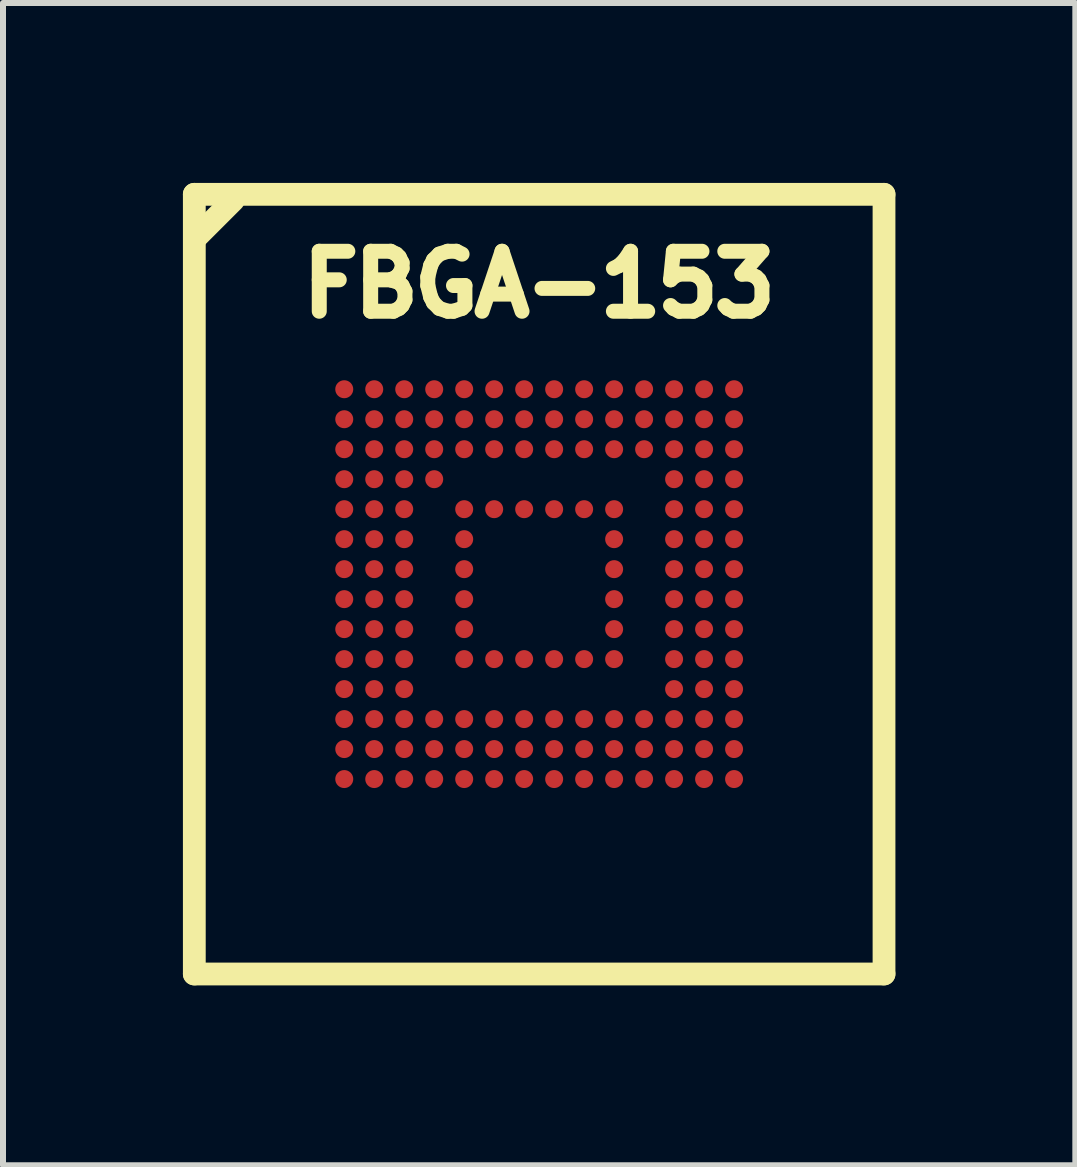
<source format=kicad_pcb>
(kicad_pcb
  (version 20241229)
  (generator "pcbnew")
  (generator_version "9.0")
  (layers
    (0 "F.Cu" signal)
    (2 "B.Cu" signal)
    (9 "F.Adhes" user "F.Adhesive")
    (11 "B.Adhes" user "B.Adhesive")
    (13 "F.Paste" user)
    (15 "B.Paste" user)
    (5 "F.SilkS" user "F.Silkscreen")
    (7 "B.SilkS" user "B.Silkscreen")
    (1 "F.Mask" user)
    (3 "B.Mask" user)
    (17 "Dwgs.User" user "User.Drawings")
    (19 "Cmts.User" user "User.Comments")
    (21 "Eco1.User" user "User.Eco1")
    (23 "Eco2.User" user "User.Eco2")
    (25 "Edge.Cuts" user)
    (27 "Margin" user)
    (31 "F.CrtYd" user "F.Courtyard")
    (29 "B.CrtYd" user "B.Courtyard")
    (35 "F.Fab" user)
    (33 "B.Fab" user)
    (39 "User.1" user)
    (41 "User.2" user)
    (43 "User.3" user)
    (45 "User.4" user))
  (footprint "FBGA-153"
    (layer "F.Cu")
    (at 5.94 6.69)
    (property "Reference" "FBGA-153" (at 0 -5 0) (layer "F.SilkS") (effects (font (size 1 1) (thickness 0.25))))
    (attr smd)
    (fp_line (start -5.75 6.5) (end -5.75 -6.5) (stroke (width 0.38) (type solid)) (layer "F.SilkS"))
    (fp_line (start -5.7 -5.8) (end -5.1 -6.4) (stroke (width 0.38) (type solid)) (layer "F.SilkS"))
    (fp_line (start 5.75 -6.5) (end -5.75 -6.5) (stroke (width 0.38) (type solid)) (layer "F.SilkS"))
    (fp_line (start 5.75 6.5) (end -5.75 6.5) (stroke (width 0.38) (type solid)) (layer "F.SilkS"))
    (fp_line (start 5.75 6.5) (end 5.75 -6.5) (stroke (width 0.38) (type solid)) (layer "F.SilkS"))
    (pad "A1" smd circle (at -3.25 -3.25) (size 0.3 0.3) (layers "F.Cu" "F.Mask" "F.Paste"))
    (pad "A2" smd circle (at -2.75 -3.25) (size 0.3 0.3) (layers "F.Cu" "F.Mask" "F.Paste"))
    (pad "A3" smd circle (at -2.25 -3.25) (size 0.3 0.3) (layers "F.Cu" "F.Mask" "F.Paste"))
    (pad "A4" smd circle (at -1.75 -3.25) (size 0.3 0.3) (layers "F.Cu" "F.Mask" "F.Paste"))
    (pad "A5" smd circle (at -1.25 -3.25) (size 0.3 0.3) (layers "F.Cu" "F.Mask" "F.Paste"))
    (pad "A6" smd circle (at -0.75 -3.25) (size 0.3 0.3) (layers "F.Cu" "F.Mask" "F.Paste"))
    (pad "A7" smd circle (at -0.25 -3.25) (size 0.3 0.3) (layers "F.Cu" "F.Mask" "F.Paste"))
    (pad "A8" smd circle (at 0.25 -3.25) (size 0.3 0.3) (layers "F.Cu" "F.Mask" "F.Paste"))
    (pad "A9" smd circle (at 0.75 -3.25) (size 0.3 0.3) (layers "F.Cu" "F.Mask" "F.Paste"))
    (pad "A10" smd circle (at 1.25 -3.25) (size 0.3 0.3) (layers "F.Cu" "F.Mask" "F.Paste"))
    (pad "A11" smd circle (at 1.75 -3.25) (size 0.3 0.3) (layers "F.Cu" "F.Mask" "F.Paste"))
    (pad "A12" smd circle (at 2.25 -3.25) (size 0.3 0.3) (layers "F.Cu" "F.Mask" "F.Paste"))
    (pad "A13" smd circle (at 2.75 -3.25) (size 0.3 0.3) (layers "F.Cu" "F.Mask" "F.Paste"))
    (pad "A14" smd circle (at 3.25 -3.25) (size 0.3 0.3) (layers "F.Cu" "F.Mask" "F.Paste"))
    (pad "B1" smd circle (at -3.25 -2.75) (size 0.3 0.3) (layers "F.Cu" "F.Mask" "F.Paste"))
    (pad "B2" smd circle (at -2.75 -2.75) (size 0.3 0.3) (layers "F.Cu" "F.Mask" "F.Paste"))
    (pad "B3" smd circle (at -2.25 -2.75) (size 0.3 0.3) (layers "F.Cu" "F.Mask" "F.Paste"))
    (pad "B4" smd circle (at -1.75 -2.75) (size 0.3 0.3) (layers "F.Cu" "F.Mask" "F.Paste"))
    (pad "B5" smd circle (at -1.25 -2.75) (size 0.3 0.3) (layers "F.Cu" "F.Mask" "F.Paste"))
    (pad "B6" smd circle (at -0.75 -2.75) (size 0.3 0.3) (layers "F.Cu" "F.Mask" "F.Paste"))
    (pad "B7" smd circle (at -0.25 -2.75) (size 0.3 0.3) (layers "F.Cu" "F.Mask" "F.Paste"))
    (pad "B8" smd circle (at 0.25 -2.75) (size 0.3 0.3) (layers "F.Cu" "F.Mask" "F.Paste"))
    (pad "B9" smd circle (at 0.75 -2.75) (size 0.3 0.3) (layers "F.Cu" "F.Mask" "F.Paste"))
    (pad "B10" smd circle (at 1.25 -2.75) (size 0.3 0.3) (layers "F.Cu" "F.Mask" "F.Paste"))
    (pad "B11" smd circle (at 1.75 -2.75) (size 0.3 0.3) (layers "F.Cu" "F.Mask" "F.Paste"))
    (pad "B12" smd circle (at 2.25 -2.75) (size 0.3 0.3) (layers "F.Cu" "F.Mask" "F.Paste"))
    (pad "B13" smd circle (at 2.75 -2.75) (size 0.3 0.3) (layers "F.Cu" "F.Mask" "F.Paste"))
    (pad "B14" smd circle (at 3.25 -2.75) (size 0.3 0.3) (layers "F.Cu" "F.Mask" "F.Paste"))
    (pad "C1" smd circle (at -3.25 -2.25) (size 0.3 0.3) (layers "F.Cu" "F.Mask" "F.Paste"))
    (pad "C2" smd circle (at -2.75 -2.25) (size 0.3 0.3) (layers "F.Cu" "F.Mask" "F.Paste"))
    (pad "C3" smd circle (at -2.25 -2.25) (size 0.3 0.3) (layers "F.Cu" "F.Mask" "F.Paste"))
    (pad "C4" smd circle (at -1.75 -2.25) (size 0.3 0.3) (layers "F.Cu" "F.Mask" "F.Paste"))
    (pad "C5" smd circle (at -1.25 -2.25) (size 0.3 0.3) (layers "F.Cu" "F.Mask" "F.Paste"))
    (pad "C6" smd circle (at -0.75 -2.25) (size 0.3 0.3) (layers "F.Cu" "F.Mask" "F.Paste"))
    (pad "C7" smd circle (at -0.25 -2.25) (size 0.3 0.3) (layers "F.Cu" "F.Mask" "F.Paste"))
    (pad "C8" smd circle (at 0.25 -2.25) (size 0.3 0.3) (layers "F.Cu" "F.Mask" "F.Paste"))
    (pad "C9" smd circle (at 0.75 -2.25) (size 0.3 0.3) (layers "F.Cu" "F.Mask" "F.Paste"))
    (pad "C10" smd circle (at 1.25 -2.25) (size 0.3 0.3) (layers "F.Cu" "F.Mask" "F.Paste"))
    (pad "C11" smd circle (at 1.75 -2.25) (size 0.3 0.3) (layers "F.Cu" "F.Mask" "F.Paste"))
    (pad "C12" smd circle (at 2.25 -2.25) (size 0.3 0.3) (layers "F.Cu" "F.Mask" "F.Paste"))
    (pad "C13" smd circle (at 2.75 -2.25) (size 0.3 0.3) (layers "F.Cu" "F.Mask" "F.Paste"))
    (pad "C14" smd circle (at 3.25 -2.25) (size 0.3 0.3) (layers "F.Cu" "F.Mask" "F.Paste"))
    (pad "D1" smd circle (at -3.25 -1.75) (size 0.3 0.3) (layers "F.Cu" "F.Mask" "F.Paste"))
    (pad "D2" smd circle (at -2.75 -1.75) (size 0.3 0.3) (layers "F.Cu" "F.Mask" "F.Paste"))
    (pad "D3" smd circle (at -2.25 -1.75) (size 0.3 0.3) (layers "F.Cu" "F.Mask" "F.Paste"))
    (pad "D4" smd circle (at -1.75 -1.75) (size 0.3 0.3) (layers "F.Cu" "F.Mask" "F.Paste"))
    (pad "D12" smd circle (at 2.25 -1.75) (size 0.3 0.3) (layers "F.Cu" "F.Mask" "F.Paste"))
    (pad "D13" smd circle (at 2.75 -1.75) (size 0.3 0.3) (layers "F.Cu" "F.Mask" "F.Paste"))
    (pad "D14" smd circle (at 3.25 -1.75) (size 0.3 0.3) (layers "F.Cu" "F.Mask" "F.Paste"))
    (pad "E1" smd circle (at -3.25 -1.25) (size 0.3 0.3) (layers "F.Cu" "F.Mask" "F.Paste"))
    (pad "E2" smd circle (at -2.75 -1.25) (size 0.3 0.3) (layers "F.Cu" "F.Mask" "F.Paste"))
    (pad "E3" smd circle (at -2.25 -1.25) (size 0.3 0.3) (layers "F.Cu" "F.Mask" "F.Paste"))
    (pad "E5" smd circle (at -1.25 -1.25) (size 0.3 0.3) (layers "F.Cu" "F.Mask" "F.Paste"))
    (pad "E6" smd circle (at -0.75 -1.25) (size 0.3 0.3) (layers "F.Cu" "F.Mask" "F.Paste"))
    (pad "E7" smd circle (at -0.25 -1.25) (size 0.3 0.3) (layers "F.Cu" "F.Mask" "F.Paste"))
    (pad "E8" smd circle (at 0.25 -1.25) (size 0.3 0.3) (layers "F.Cu" "F.Mask" "F.Paste"))
    (pad "E9" smd circle (at 0.75 -1.25) (size 0.3 0.3) (layers "F.Cu" "F.Mask" "F.Paste"))
    (pad "E10" smd circle (at 1.25 -1.25) (size 0.3 0.3) (layers "F.Cu" "F.Mask" "F.Paste"))
    (pad "E12" smd circle (at 2.25 -1.25) (size 0.3 0.3) (layers "F.Cu" "F.Mask" "F.Paste"))
    (pad "E13" smd circle (at 2.75 -1.25) (size 0.3 0.3) (layers "F.Cu" "F.Mask" "F.Paste"))
    (pad "E14" smd circle (at 3.25 -1.25) (size 0.3 0.3) (layers "F.Cu" "F.Mask" "F.Paste"))
    (pad "F1" smd circle (at -3.25 -0.75) (size 0.3 0.3) (layers "F.Cu" "F.Mask" "F.Paste"))
    (pad "F2" smd circle (at -2.75 -0.75) (size 0.3 0.3) (layers "F.Cu" "F.Mask" "F.Paste"))
    (pad "F3" smd circle (at -2.25 -0.75) (size 0.3 0.3) (layers "F.Cu" "F.Mask" "F.Paste"))
    (pad "F5" smd circle (at -1.25 -0.75) (size 0.3 0.3) (layers "F.Cu" "F.Mask" "F.Paste"))
    (pad "F10" smd circle (at 1.25 -0.75) (size 0.3 0.3) (layers "F.Cu" "F.Mask" "F.Paste"))
    (pad "F12" smd circle (at 2.25 -0.75) (size 0.3 0.3) (layers "F.Cu" "F.Mask" "F.Paste"))
    (pad "F13" smd circle (at 2.75 -0.75) (size 0.3 0.3) (layers "F.Cu" "F.Mask" "F.Paste"))
    (pad "F14" smd circle (at 3.25 -0.75) (size 0.3 0.3) (layers "F.Cu" "F.Mask" "F.Paste"))
    (pad "G1" smd circle (at -3.25 -0.25) (size 0.3 0.3) (layers "F.Cu" "F.Mask" "F.Paste"))
    (pad "G2" smd circle (at -2.75 -0.25) (size 0.3 0.3) (layers "F.Cu" "F.Mask" "F.Paste"))
    (pad "G3" smd circle (at -2.25 -0.25) (size 0.3 0.3) (layers "F.Cu" "F.Mask" "F.Paste"))
    (pad "G5" smd circle (at -1.25 -0.25) (size 0.3 0.3) (layers "F.Cu" "F.Mask" "F.Paste"))
    (pad "G10" smd circle (at 1.25 -0.25) (size 0.3 0.3) (layers "F.Cu" "F.Mask" "F.Paste"))
    (pad "G12" smd circle (at 2.25 -0.25) (size 0.3 0.3) (layers "F.Cu" "F.Mask" "F.Paste"))
    (pad "G13" smd circle (at 2.75 -0.25) (size 0.3 0.3) (layers "F.Cu" "F.Mask" "F.Paste"))
    (pad "G14" smd circle (at 3.25 -0.25) (size 0.3 0.3) (layers "F.Cu" "F.Mask" "F.Paste"))
    (pad "H1" smd circle (at -3.25 0.25) (size 0.3 0.3) (layers "F.Cu" "F.Mask" "F.Paste"))
    (pad "H2" smd circle (at -2.75 0.25) (size 0.3 0.3) (layers "F.Cu" "F.Mask" "F.Paste"))
    (pad "H3" smd circle (at -2.25 0.25) (size 0.3 0.3) (layers "F.Cu" "F.Mask" "F.Paste"))
    (pad "H5" smd circle (at -1.25 0.25) (size 0.3 0.3) (layers "F.Cu" "F.Mask" "F.Paste"))
    (pad "H10" smd circle (at 1.25 0.25) (size 0.3 0.3) (layers "F.Cu" "F.Mask" "F.Paste"))
    (pad "H12" smd circle (at 2.25 0.25) (size 0.3 0.3) (layers "F.Cu" "F.Mask" "F.Paste"))
    (pad "H13" smd circle (at 2.75 0.25) (size 0.3 0.3) (layers "F.Cu" "F.Mask" "F.Paste"))
    (pad "H14" smd circle (at 3.25 0.25) (size 0.3 0.3) (layers "F.Cu" "F.Mask" "F.Paste"))
    (pad "J1" smd circle (at -3.25 0.75) (size 0.3 0.3) (layers "F.Cu" "F.Mask" "F.Paste"))
    (pad "J2" smd circle (at -2.75 0.75) (size 0.3 0.3) (layers "F.Cu" "F.Mask" "F.Paste"))
    (pad "J3" smd circle (at -2.25 0.75) (size 0.3 0.3) (layers "F.Cu" "F.Mask" "F.Paste"))
    (pad "J5" smd circle (at -1.25 0.75) (size 0.3 0.3) (layers "F.Cu" "F.Mask" "F.Paste"))
    (pad "J10" smd circle (at 1.25 0.75) (size 0.3 0.3) (layers "F.Cu" "F.Mask" "F.Paste"))
    (pad "J12" smd circle (at 2.25 0.75) (size 0.3 0.3) (layers "F.Cu" "F.Mask" "F.Paste"))
    (pad "J13" smd circle (at 2.75 0.75) (size 0.3 0.3) (layers "F.Cu" "F.Mask" "F.Paste"))
    (pad "J14" smd circle (at 3.25 0.75) (size 0.3 0.3) (layers "F.Cu" "F.Mask" "F.Paste"))
    (pad "K1" smd circle (at -3.25 1.25) (size 0.3 0.3) (layers "F.Cu" "F.Mask" "F.Paste"))
    (pad "K2" smd circle (at -2.75 1.25) (size 0.3 0.3) (layers "F.Cu" "F.Mask" "F.Paste"))
    (pad "K3" smd circle (at -2.25 1.25) (size 0.3 0.3) (layers "F.Cu" "F.Mask" "F.Paste"))
    (pad "K5" smd circle (at -1.25 1.25) (size 0.3 0.3) (layers "F.Cu" "F.Mask" "F.Paste"))
    (pad "K6" smd circle (at -0.75 1.25) (size 0.3 0.3) (layers "F.Cu" "F.Mask" "F.Paste"))
    (pad "K7" smd circle (at -0.25 1.25) (size 0.3 0.3) (layers "F.Cu" "F.Mask" "F.Paste"))
    (pad "K8" smd circle (at 0.25 1.25) (size 0.3 0.3) (layers "F.Cu" "F.Mask" "F.Paste"))
    (pad "K9" smd circle (at 0.75 1.25) (size 0.3 0.3) (layers "F.Cu" "F.Mask" "F.Paste"))
    (pad "K10" smd circle (at 1.25 1.25) (size 0.3 0.3) (layers "F.Cu" "F.Mask" "F.Paste"))
    (pad "K12" smd circle (at 2.25 1.25) (size 0.3 0.3) (layers "F.Cu" "F.Mask" "F.Paste"))
    (pad "K13" smd circle (at 2.75 1.25) (size 0.3 0.3) (layers "F.Cu" "F.Mask" "F.Paste"))
    (pad "K14" smd circle (at 3.25 1.25) (size 0.3 0.3) (layers "F.Cu" "F.Mask" "F.Paste"))
    (pad "L1" smd circle (at -3.25 1.75) (size 0.3 0.3) (layers "F.Cu" "F.Mask" "F.Paste"))
    (pad "L2" smd circle (at -2.75 1.75) (size 0.3 0.3) (layers "F.Cu" "F.Mask" "F.Paste"))
    (pad "L3" smd circle (at -2.25 1.75) (size 0.3 0.3) (layers "F.Cu" "F.Mask" "F.Paste"))
    (pad "L12" smd circle (at 2.25 1.75) (size 0.3 0.3) (layers "F.Cu" "F.Mask" "F.Paste"))
    (pad "L13" smd circle (at 2.75 1.75) (size 0.3 0.3) (layers "F.Cu" "F.Mask" "F.Paste"))
    (pad "L14" smd circle (at 3.25 1.75) (size 0.3 0.3) (layers "F.Cu" "F.Mask" "F.Paste"))
    (pad "M1" smd circle (at -3.25 2.25) (size 0.3 0.3) (layers "F.Cu" "F.Mask" "F.Paste"))
    (pad "M2" smd circle (at -2.75 2.25) (size 0.3 0.3) (layers "F.Cu" "F.Mask" "F.Paste"))
    (pad "M3" smd circle (at -2.25 2.25) (size 0.3 0.3) (layers "F.Cu" "F.Mask" "F.Paste"))
    (pad "M4" smd circle (at -1.75 2.25) (size 0.3 0.3) (layers "F.Cu" "F.Mask" "F.Paste"))
    (pad "M5" smd circle (at -1.25 2.25) (size 0.3 0.3) (layers "F.Cu" "F.Mask" "F.Paste"))
    (pad "M6" smd circle (at -0.75 2.25) (size 0.3 0.3) (layers "F.Cu" "F.Mask" "F.Paste"))
    (pad "M7" smd circle (at -0.25 2.25) (size 0.3 0.3) (layers "F.Cu" "F.Mask" "F.Paste"))
    (pad "M8" smd circle (at 0.25 2.25) (size 0.3 0.3) (layers "F.Cu" "F.Mask" "F.Paste"))
    (pad "M9" smd circle (at 0.75 2.25) (size 0.3 0.3) (layers "F.Cu" "F.Mask" "F.Paste"))
    (pad "M10" smd circle (at 1.25 2.25) (size 0.3 0.3) (layers "F.Cu" "F.Mask" "F.Paste"))
    (pad "M11" smd circle (at 1.75 2.25) (size 0.3 0.3) (layers "F.Cu" "F.Mask" "F.Paste"))
    (pad "M12" smd circle (at 2.25 2.25) (size 0.3 0.3) (layers "F.Cu" "F.Mask" "F.Paste"))
    (pad "M13" smd circle (at 2.75 2.25) (size 0.3 0.3) (layers "F.Cu" "F.Mask" "F.Paste"))
    (pad "M14" smd circle (at 3.25 2.25) (size 0.3 0.3) (layers "F.Cu" "F.Mask" "F.Paste"))
    (pad "N1" smd circle (at -3.25 2.75) (size 0.3 0.3) (layers "F.Cu" "F.Mask" "F.Paste"))
    (pad "N2" smd circle (at -2.75 2.75) (size 0.3 0.3) (layers "F.Cu" "F.Mask" "F.Paste"))
    (pad "N3" smd circle (at -2.25 2.75) (size 0.3 0.3) (layers "F.Cu" "F.Mask" "F.Paste"))
    (pad "N4" smd circle (at -1.75 2.75) (size 0.3 0.3) (layers "F.Cu" "F.Mask" "F.Paste"))
    (pad "N5" smd circle (at -1.25 2.75) (size 0.3 0.3) (layers "F.Cu" "F.Mask" "F.Paste"))
    (pad "N6" smd circle (at -0.75 2.75) (size 0.3 0.3) (layers "F.Cu" "F.Mask" "F.Paste"))
    (pad "N7" smd circle (at -0.25 2.75) (size 0.3 0.3) (layers "F.Cu" "F.Mask" "F.Paste"))
    (pad "N8" smd circle (at 0.25 2.75) (size 0.3 0.3) (layers "F.Cu" "F.Mask" "F.Paste"))
    (pad "N9" smd circle (at 0.75 2.75) (size 0.3 0.3) (layers "F.Cu" "F.Mask" "F.Paste"))
    (pad "N10" smd circle (at 1.25 2.75) (size 0.3 0.3) (layers "F.Cu" "F.Mask" "F.Paste"))
    (pad "N11" smd circle (at 1.75 2.75) (size 0.3 0.3) (layers "F.Cu" "F.Mask" "F.Paste"))
    (pad "N12" smd circle (at 2.25 2.75) (size 0.3 0.3) (layers "F.Cu" "F.Mask" "F.Paste"))
    (pad "N13" smd circle (at 2.75 2.75) (size 0.3 0.3) (layers "F.Cu" "F.Mask" "F.Paste"))
    (pad "N14" smd circle (at 3.25 2.75) (size 0.3 0.3) (layers "F.Cu" "F.Mask" "F.Paste"))
    (pad "P1" smd circle (at -3.25 3.25) (size 0.3 0.3) (layers "F.Cu" "F.Mask" "F.Paste"))
    (pad "P2" smd circle (at -2.75 3.25) (size 0.3 0.3) (layers "F.Cu" "F.Mask" "F.Paste"))
    (pad "P3" smd circle (at -2.25 3.25) (size 0.3 0.3) (layers "F.Cu" "F.Mask" "F.Paste"))
    (pad "P4" smd circle (at -1.75 3.25) (size 0.3 0.3) (layers "F.Cu" "F.Mask" "F.Paste"))
    (pad "P5" smd circle (at -1.25 3.25) (size 0.3 0.3) (layers "F.Cu" "F.Mask" "F.Paste"))
    (pad "P6" smd circle (at -0.75 3.25) (size 0.3 0.3) (layers "F.Cu" "F.Mask" "F.Paste"))
    (pad "P7" smd circle (at -0.25 3.25) (size 0.3 0.3) (layers "F.Cu" "F.Mask" "F.Paste"))
    (pad "P8" smd circle (at 0.25 3.25) (size 0.3 0.3) (layers "F.Cu" "F.Mask" "F.Paste"))
    (pad "P9" smd circle (at 0.75 3.25) (size 0.3 0.3) (layers "F.Cu" "F.Mask" "F.Paste"))
    (pad "P10" smd circle (at 1.25 3.25) (size 0.3 0.3) (layers "F.Cu" "F.Mask" "F.Paste"))
    (pad "P11" smd circle (at 1.75 3.25) (size 0.3 0.3) (layers "F.Cu" "F.Mask" "F.Paste"))
    (pad "P12" smd circle (at 2.25 3.25) (size 0.3 0.3) (layers "F.Cu" "F.Mask" "F.Paste"))
    (pad "P13" smd circle (at 2.75 3.25) (size 0.3 0.3) (layers "F.Cu" "F.Mask" "F.Paste"))
    (pad "P14" smd circle (at 3.25 3.25) (size 0.3 0.3) (layers "F.Cu" "F.Mask" "F.Paste")))
  (gr_rect
    (start -3 -3)
    (end 14.88 16.38)
    (stroke (width 0.1) (type default))
    (fill no)
    (layer "Edge.Cuts")))
</source>
